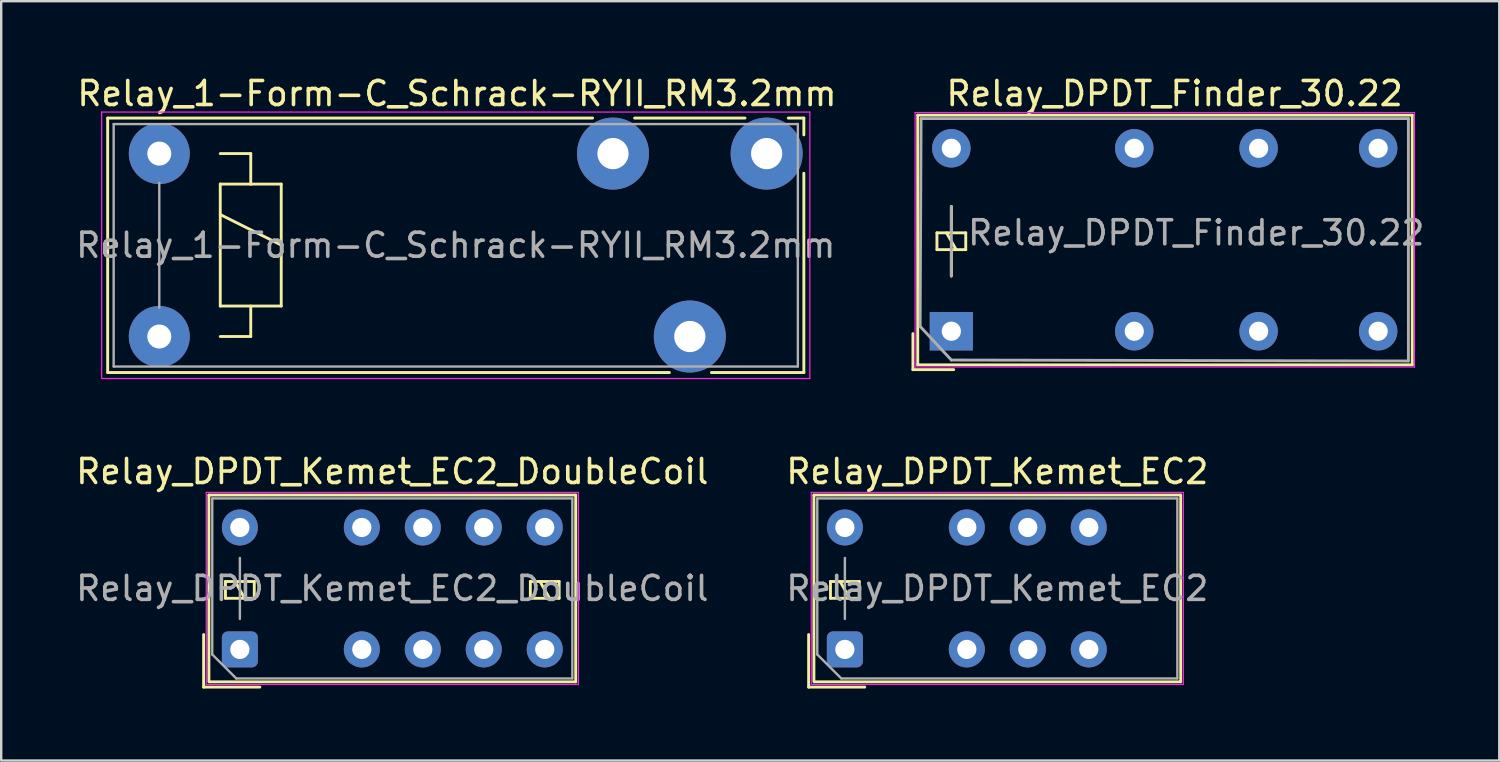
<source format=kicad_pcb>
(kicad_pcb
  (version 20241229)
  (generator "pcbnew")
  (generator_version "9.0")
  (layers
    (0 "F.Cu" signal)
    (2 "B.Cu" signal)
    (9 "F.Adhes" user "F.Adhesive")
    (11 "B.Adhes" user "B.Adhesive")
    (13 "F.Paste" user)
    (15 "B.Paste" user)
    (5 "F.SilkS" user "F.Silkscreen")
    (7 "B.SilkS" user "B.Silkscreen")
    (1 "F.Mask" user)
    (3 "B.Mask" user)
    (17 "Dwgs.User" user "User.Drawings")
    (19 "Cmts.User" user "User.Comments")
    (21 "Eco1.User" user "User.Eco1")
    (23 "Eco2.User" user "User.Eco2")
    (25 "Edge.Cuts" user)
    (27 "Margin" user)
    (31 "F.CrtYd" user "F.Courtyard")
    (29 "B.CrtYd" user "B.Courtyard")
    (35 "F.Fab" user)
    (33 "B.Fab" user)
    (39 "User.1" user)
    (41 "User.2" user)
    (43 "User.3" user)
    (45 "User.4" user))
  (footprint "Relay_DPDT_Kemet_EC2_DoubleCoil"
    (layer "F.Cu")
    (at 6.942 24.002)
    (property "Reference" "Relay_DPDT_Kemet_EC2_DoubleCoil" (at 6.35 -7.41 180) (layer "F.SilkS") (effects (font (size 1 1) (thickness 0.15))))
    (attr through_hole)
    (fp_line (start -1.51 1.57) (end -1.51 -0.62) (stroke (width 0.12) (type solid)) (layer "F.SilkS"))
    (fp_line (start -1.29 -6.43) (end -1.29 1.35) (stroke (width 0.12) (type solid)) (layer "F.SilkS"))
    (fp_line (start -1.29 -6.43) (end 13.99 -6.43) (stroke (width 0.12) (type solid)) (layer "F.SilkS"))
    (fp_line (start -1.27 1.35) (end 13.99 1.35) (stroke (width 0.12) (type solid)) (layer "F.SilkS"))
    (fp_line (start -0.6 -2.83) (end -0.6 -2.13) (stroke (width 0.12) (type solid)) (layer "F.SilkS"))
    (fp_line (start -0.6 -2.13) (end 0.6 -2.13) (stroke (width 0.12) (type solid)) (layer "F.SilkS"))
    (fp_line (start 0.2 -2.13) (end -0.2 -2.83) (stroke (width 0.12) (type solid)) (layer "F.SilkS"))
    (fp_line (start 0.6 -2.83) (end -0.6 -2.83) (stroke (width 0.12) (type solid)) (layer "F.SilkS"))
    (fp_line (start 0.6 -2.13) (end 0.6 -2.83) (stroke (width 0.12) (type solid)) (layer "F.SilkS"))
    (fp_line (start 0.83 1.57) (end -1.51 1.57) (stroke (width 0.12) (type solid)) (layer "F.SilkS"))
    (fp_line (start 12.1 -2.83) (end 12.1 -2.13) (stroke (width 0.12) (type solid)) (layer "F.SilkS"))
    (fp_line (start 12.1 -2.13) (end 13.3 -2.13) (stroke (width 0.12) (type solid)) (layer "F.SilkS"))
    (fp_line (start 12.9 -2.13) (end 12.5 -2.83) (stroke (width 0.12) (type solid)) (layer "F.SilkS"))
    (fp_line (start 13.3 -2.83) (end 12.1 -2.83) (stroke (width 0.12) (type solid)) (layer "F.SilkS"))
    (fp_line (start 13.3 -2.13) (end 13.3 -2.83) (stroke (width 0.12) (type solid)) (layer "F.SilkS"))
    (fp_line (start 13.99 -6.43) (end 13.99 1.35) (stroke (width 0.12) (type solid)) (layer "F.SilkS"))
    (fp_line (start -1.4 -6.54) (end -1.4 1.46) (stroke (width 0.05) (type solid)) (layer "F.CrtYd"))
    (fp_line (start -1.4 -6.54) (end 14.1 -6.54) (stroke (width 0.05) (type solid)) (layer "F.CrtYd"))
    (fp_line (start -1.4 1.46) (end 14.1 1.46) (stroke (width 0.05) (type solid)) (layer "F.CrtYd"))
    (fp_line (start 14.1 1.46) (end 14.1 -6.54) (stroke (width 0.05) (type solid)) (layer "F.CrtYd"))
    (fp_line (start -1.15 -6.29) (end -1.15 0.21) (stroke (width 0.1) (type solid)) (layer "F.Fab"))
    (fp_line (start -1.15 -6.29) (end 13.85 -6.29) (stroke (width 0.1) (type solid)) (layer "F.Fab"))
    (fp_line (start -0.15 1.21) (end -1.15 0.21) (stroke (width 0.1) (type solid)) (layer "F.Fab"))
    (fp_line (start -0.15 1.21) (end 13.85 1.21) (stroke (width 0.1) (type solid)) (layer "F.Fab"))
    (fp_line (start 0 -1.27) (end 0 -3.81) (stroke (width 0.1) (type solid)) (layer "F.Fab"))
    (fp_line (start 13.85 -6.29) (end 13.85 1.21) (stroke (width 0.1) (type solid)) (layer "F.Fab"))
    (fp_text user "${REFERENCE}" (at 6.35 -2.54 180) (layer "F.Fab") (effects (font (size 1 1) (thickness 0.15))))
    (pad "1" thru_hole roundrect (at 0 0 90) (size 1.5 1.5) (drill 0.8) (layers "*.Cu" "*.Mask") (roundrect_rratio 0.167))
    (pad "3" thru_hole circle (at 5.08 0 90) (size 1.5 1.5) (drill 0.8) (layers "*.Cu" "*.Mask"))
    (pad "4" thru_hole circle (at 7.62 0 90) (size 1.5 1.5) (drill 0.8) (layers "*.Cu" "*.Mask"))
    (pad "5" thru_hole circle (at 10.16 0 90) (size 1.5 1.5) (drill 0.8) (layers "*.Cu" "*.Mask"))
    (pad "6" thru_hole circle (at 12.7 0 90) (size 1.5 1.5) (drill 0.8) (layers "*.Cu" "*.Mask"))
    (pad "7" thru_hole circle (at 12.7 -5.08 90) (size 1.5 1.5) (drill 0.8) (layers "*.Cu" "*.Mask"))
    (pad "8" thru_hole circle (at 10.16 -5.08 90) (size 1.5 1.5) (drill 0.8) (layers "*.Cu" "*.Mask"))
    (pad "9" thru_hole circle (at 7.62 -5.08 90) (size 1.5 1.5) (drill 0.8) (layers "*.Cu" "*.Mask"))
    (pad "10" thru_hole circle (at 5.08 -5.08 90) (size 1.5 1.5) (drill 0.8) (layers "*.Cu" "*.Mask"))
    (pad "12" thru_hole circle (at 0 -5.08 90) (size 1.5 1.5) (drill 0.8) (layers "*.Cu" "*.Mask")))
  (footprint "Relay_DPDT_Finder_30.22"
    (layer "F.Cu")
    (at 36.579 10.748)
    (property "Reference" "Relay_DPDT_Finder_30.22" (at 9.3 -9.9 0) (layer "F.SilkS") (effects (font (size 1 1) (thickness 0.15))))
    (attr through_hole)
    (fp_line (start -1.6 1.6) (end -1.6 0.1) (stroke (width 0.12) (type solid)) (layer "F.SilkS"))
    (fp_line (start -1.4 -9) (end 19.2 -9) (stroke (width 0.12) (type solid)) (layer "F.SilkS"))
    (fp_line (start -1.4 1.4) (end -1.4 -9) (stroke (width 0.12) (type solid)) (layer "F.SilkS"))
    (fp_line (start -0.6 -4.1) (end -0.6 -3.4) (stroke (width 0.12) (type solid)) (layer "F.SilkS"))
    (fp_line (start -0.6 -3.4) (end 0.6 -3.4) (stroke (width 0.12) (type solid)) (layer "F.SilkS"))
    (fp_line (start 0 -4.1) (end 0 -5.2) (stroke (width 0.12) (type solid)) (layer "F.SilkS"))
    (fp_line (start 0 -3.4) (end 0 -2.3) (stroke (width 0.12) (type solid)) (layer "F.SilkS"))
    (fp_line (start 0.1 1.6) (end -1.6 1.6) (stroke (width 0.12) (type solid)) (layer "F.SilkS"))
    (fp_line (start 0.2 -3.4) (end -0.2 -4.1) (stroke (width 0.12) (type solid)) (layer "F.SilkS"))
    (fp_line (start 0.6 -4.1) (end -0.6 -4.1) (stroke (width 0.12) (type solid)) (layer "F.SilkS"))
    (fp_line (start 0.6 -3.4) (end 0.6 -4.1) (stroke (width 0.12) (type solid)) (layer "F.SilkS"))
    (fp_line (start 19.2 -9) (end 19.2 1.4) (stroke (width 0.12) (type solid)) (layer "F.SilkS"))
    (fp_line (start 19.2 1.4) (end -1.4 1.4) (stroke (width 0.12) (type solid)) (layer "F.SilkS"))
    (fp_line (start -1.51 -9.11) (end -1.51 1.49) (stroke (width 0.05) (type solid)) (layer "F.CrtYd"))
    (fp_line (start -1.51 -9.11) (end 19.29 -9.11) (stroke (width 0.05) (type solid)) (layer "F.CrtYd"))
    (fp_line (start 19.29 1.49) (end -1.51 1.49) (stroke (width 0.05) (type solid)) (layer "F.CrtYd"))
    (fp_line (start 19.29 1.49) (end 19.29 -9.11) (stroke (width 0.05) (type solid)) (layer "F.CrtYd"))
    (fp_line (start -1.3 -0.2) (end -1.26 -8.86) (stroke (width 0.12) (type solid)) (layer "F.Fab"))
    (fp_line (start -1.26 -8.86) (end 19.04 -8.86) (stroke (width 0.12) (type solid)) (layer "F.Fab"))
    (fp_line (start 0 -2.3) (end 0 -5.2) (stroke (width 0.12) (type solid)) (layer "F.Fab"))
    (fp_line (start 0 1.2) (end -1.3 -0.2) (stroke (width 0.12) (type solid)) (layer "F.Fab"))
    (fp_line (start 19.04 -8.86) (end 19.04 1.24) (stroke (width 0.12) (type solid)) (layer "F.Fab"))
    (fp_line (start 19.04 1.24) (end 0 1.2) (stroke (width 0.12) (type solid)) (layer "F.Fab"))
    (fp_text user "${REFERENCE}" (at 10.2 -4.1 180) (layer "F.Fab") (effects (font (size 1 1) (thickness 0.15))))
    (pad "11" thru_hole circle (at 7.62 0 90) (size 1.6 1.6) (drill 0.8) (layers "*.Cu" "*.Mask"))
    (pad "12" thru_hole circle (at 12.8 0 90) (size 1.6 1.6) (drill 0.8) (layers "*.Cu" "*.Mask"))
    (pad "14" thru_hole circle (at 17.78 0 90) (size 1.6 1.6) (drill 0.8) (layers "*.Cu" "*.Mask"))
    (pad "21" thru_hole circle (at 7.62 -7.62 90) (size 1.6 1.6) (drill 0.8) (layers "*.Cu" "*.Mask"))
    (pad "22" thru_hole circle (at 12.8 -7.62 90) (size 1.6 1.6) (drill 0.8) (layers "*.Cu" "*.Mask"))
    (pad "24" thru_hole circle (at 17.78 -7.62 90) (size 1.6 1.6) (drill 0.8) (layers "*.Cu" "*.Mask"))
    (pad "A1" thru_hole rect (at 0 0 90) (size 1.6 1.8) (drill 0.8) (layers "*.Cu" "*.Mask"))
    (pad "A2" thru_hole circle (at 0 -7.62 90) (size 1.6 1.6) (drill 0.8) (layers "*.Cu" "*.Mask")))
  (footprint "Relay_1-Form-C_Schrack-RYII_RM3.2mm"
    (layer "F.Cu")
    (at 3.585 10.968)
    (property "Reference" "Relay_1-Form-C_Schrack-RYII_RM3.2mm" (at 12.4 -10.12 0) (layer "F.SilkS") (effects (font (size 1 1) (thickness 0.15))))
    (attr through_hole)
    (fp_line (start -2.15 -9.1) (end 18.05 -9.1) (stroke (width 0.12) (type solid)) (layer "F.SilkS"))
    (fp_line (start -2.15 1.5) (end -2.15 -9.1) (stroke (width 0.12) (type solid)) (layer "F.SilkS"))
    (fp_line (start 2.54 -7.62) (end 3.81 -7.62) (stroke (width 0.12) (type solid)) (layer "F.SilkS"))
    (fp_line (start 2.54 -6.35) (end 3.81 -6.35) (stroke (width 0.12) (type solid)) (layer "F.SilkS"))
    (fp_line (start 2.54 -5.08) (end 5.08 -3.81) (stroke (width 0.12) (type solid)) (layer "F.SilkS"))
    (fp_line (start 2.54 -1.27) (end 2.54 -6.35) (stroke (width 0.12) (type solid)) (layer "F.SilkS"))
    (fp_line (start 3.81 -7.62) (end 3.81 -6.35) (stroke (width 0.12) (type solid)) (layer "F.SilkS"))
    (fp_line (start 3.81 -6.35) (end 5.08 -6.35) (stroke (width 0.12) (type solid)) (layer "F.SilkS"))
    (fp_line (start 3.81 -1.27) (end 3.81 0) (stroke (width 0.12) (type solid)) (layer "F.SilkS"))
    (fp_line (start 3.81 0) (end 2.54 0) (stroke (width 0.12) (type solid)) (layer "F.SilkS"))
    (fp_line (start 5.08 -6.35) (end 5.08 -1.27) (stroke (width 0.12) (type solid)) (layer "F.SilkS"))
    (fp_line (start 5.08 -1.27) (end 2.54 -1.27) (stroke (width 0.12) (type solid)) (layer "F.SilkS"))
    (fp_line (start 19.8 -9.1) (end 24.4 -9.1) (stroke (width 0.12) (type solid)) (layer "F.SilkS"))
    (fp_line (start 21.25 1.5) (end -2.15 1.5) (stroke (width 0.12) (type solid)) (layer "F.SilkS"))
    (fp_line (start 26.2 -9.1) (end 26.85 -9.1) (stroke (width 0.12) (type solid)) (layer "F.SilkS"))
    (fp_line (start 26.85 -9.1) (end 26.85 -8.4) (stroke (width 0.12) (type solid)) (layer "F.SilkS"))
    (fp_line (start 26.85 -6.8) (end 26.85 1.5) (stroke (width 0.12) (type solid)) (layer "F.SilkS"))
    (fp_line (start 26.85 1.5) (end 23 1.5) (stroke (width 0.12) (type solid)) (layer "F.SilkS"))
    (fp_line (start -2.4 -9.35) (end -2.4 1.75) (stroke (width 0.05) (type solid)) (layer "F.CrtYd"))
    (fp_line (start -2.4 1.75) (end 27.1 1.75) (stroke (width 0.05) (type solid)) (layer "F.CrtYd"))
    (fp_line (start 27.1 -9.35) (end -2.4 -9.35) (stroke (width 0.05) (type solid)) (layer "F.CrtYd"))
    (fp_line (start 27.1 1.75) (end 27.1 -9.35) (stroke (width 0.05) (type solid)) (layer "F.CrtYd"))
    (fp_line (start -1.9 -8.85) (end 26.6 -8.85) (stroke (width 0.1) (type solid)) (layer "F.Fab"))
    (fp_line (start -1.9 1.25) (end -1.9 -8.85) (stroke (width 0.1) (type solid)) (layer "F.Fab"))
    (fp_line (start 0 -6.4) (end 0 -1.2) (stroke (width 0.1) (type solid)) (layer "F.Fab"))
    (fp_line (start 26.6 -8.85) (end 26.6 1.25) (stroke (width 0.1) (type solid)) (layer "F.Fab"))
    (fp_line (start 26.6 1.25) (end -1.9 1.25) (stroke (width 0.1) (type solid)) (layer "F.Fab"))
    (fp_text user "${REFERENCE}" (at 12.35 -3.8 0) (layer "F.Fab") (effects (font (size 1 1) (thickness 0.15))))
    (pad "11" thru_hole circle (at 22.1 0) (size 3 3) (drill 1.3) (layers "*.Cu" "*.Mask"))
    (pad "12" thru_hole circle (at 18.9 -7.62) (size 3 3) (drill 1.3) (layers "*.Cu" "*.Mask"))
    (pad "14" thru_hole circle (at 25.3 -7.62) (size 3 3) (drill 1.3) (layers "*.Cu" "*.Mask"))
    (pad "A1" thru_hole circle (at 0 0) (size 2.54 2.54) (drill 1) (layers "*.Cu" "*.Mask"))
    (pad "A2" thru_hole circle (at 0 -7.62) (size 2.54 2.54) (drill 1) (layers "*.Cu" "*.Mask")))
  (footprint "Relay_DPDT_Kemet_EC2"
    (layer "F.Cu")
    (at 32.144 24.002)
    (property "Reference" "Relay_DPDT_Kemet_EC2" (at 6.35 -7.41 180) (layer "F.SilkS") (effects (font (size 1 1) (thickness 0.15))))
    (attr through_hole)
    (fp_line (start -1.51 1.57) (end -1.51 -0.62) (stroke (width 0.12) (type solid)) (layer "F.SilkS"))
    (fp_line (start -1.29 -6.43) (end -1.29 1.35) (stroke (width 0.12) (type solid)) (layer "F.SilkS"))
    (fp_line (start -1.29 -6.43) (end 13.99 -6.43) (stroke (width 0.12) (type solid)) (layer "F.SilkS"))
    (fp_line (start -1.27 1.35) (end 13.99 1.35) (stroke (width 0.12) (type solid)) (layer "F.SilkS"))
    (fp_line (start -0.6 -2.83) (end -0.6 -2.13) (stroke (width 0.12) (type solid)) (layer "F.SilkS"))
    (fp_line (start -0.6 -2.13) (end 0.6 -2.13) (stroke (width 0.12) (type solid)) (layer "F.SilkS"))
    (fp_line (start 0.2 -2.13) (end -0.2 -2.83) (stroke (width 0.12) (type solid)) (layer "F.SilkS"))
    (fp_line (start 0.6 -2.83) (end -0.6 -2.83) (stroke (width 0.12) (type solid)) (layer "F.SilkS"))
    (fp_line (start 0.6 -2.13) (end 0.6 -2.83) (stroke (width 0.12) (type solid)) (layer "F.SilkS"))
    (fp_line (start 0.83 1.57) (end -1.51 1.57) (stroke (width 0.12) (type solid)) (layer "F.SilkS"))
    (fp_line (start 13.99 -6.43) (end 13.99 1.35) (stroke (width 0.12) (type solid)) (layer "F.SilkS"))
    (fp_line (start -1.4 -6.54) (end -1.4 1.46) (stroke (width 0.05) (type solid)) (layer "F.CrtYd"))
    (fp_line (start -1.4 -6.54) (end 14.1 -6.54) (stroke (width 0.05) (type solid)) (layer "F.CrtYd"))
    (fp_line (start -1.4 1.46) (end 14.1 1.46) (stroke (width 0.05) (type solid)) (layer "F.CrtYd"))
    (fp_line (start 14.1 1.46) (end 14.1 -6.54) (stroke (width 0.05) (type solid)) (layer "F.CrtYd"))
    (fp_line (start -1.15 -6.29) (end -1.15 0.21) (stroke (width 0.1) (type solid)) (layer "F.Fab"))
    (fp_line (start -1.15 -6.29) (end 13.85 -6.29) (stroke (width 0.1) (type solid)) (layer "F.Fab"))
    (fp_line (start -0.15 1.21) (end -1.15 0.21) (stroke (width 0.1) (type solid)) (layer "F.Fab"))
    (fp_line (start -0.15 1.21) (end 13.85 1.21) (stroke (width 0.1) (type solid)) (layer "F.Fab"))
    (fp_line (start 0 -1.27) (end 0 -3.81) (stroke (width 0.1) (type solid)) (layer "F.Fab"))
    (fp_line (start 13.85 -6.29) (end 13.85 1.21) (stroke (width 0.1) (type solid)) (layer "F.Fab"))
    (fp_text user "${REFERENCE}" (at 6.35 -2.54 180) (layer "F.Fab") (effects (font (size 1 1) (thickness 0.15))))
    (pad "1" thru_hole roundrect (at 0 0 90) (size 1.5 1.5) (drill 0.8) (layers "*.Cu" "*.Mask") (roundrect_rratio 0.167))
    (pad "3" thru_hole circle (at 5.08 0 90) (size 1.5 1.5) (drill 0.8) (layers "*.Cu" "*.Mask"))
    (pad "4" thru_hole circle (at 7.62 0 90) (size 1.5 1.5) (drill 0.8) (layers "*.Cu" "*.Mask"))
    (pad "5" thru_hole circle (at 10.16 0 90) (size 1.5 1.5) (drill 0.8) (layers "*.Cu" "*.Mask"))
    (pad "8" thru_hole circle (at 10.16 -5.08 90) (size 1.5 1.5) (drill 0.8) (layers "*.Cu" "*.Mask"))
    (pad "9" thru_hole circle (at 7.62 -5.08 90) (size 1.5 1.5) (drill 0.8) (layers "*.Cu" "*.Mask"))
    (pad "10" thru_hole circle (at 5.08 -5.08 90) (size 1.5 1.5) (drill 0.8) (layers "*.Cu" "*.Mask"))
    (pad "12" thru_hole circle (at 0 -5.08 90) (size 1.5 1.5) (drill 0.8) (layers "*.Cu" "*.Mask")))
  (gr_rect
    (start -3 -3)
    (end 59.404 28.631)
    (stroke (width 0.1) (type default))
    (fill no)
    (layer "Edge.Cuts")))
</source>
